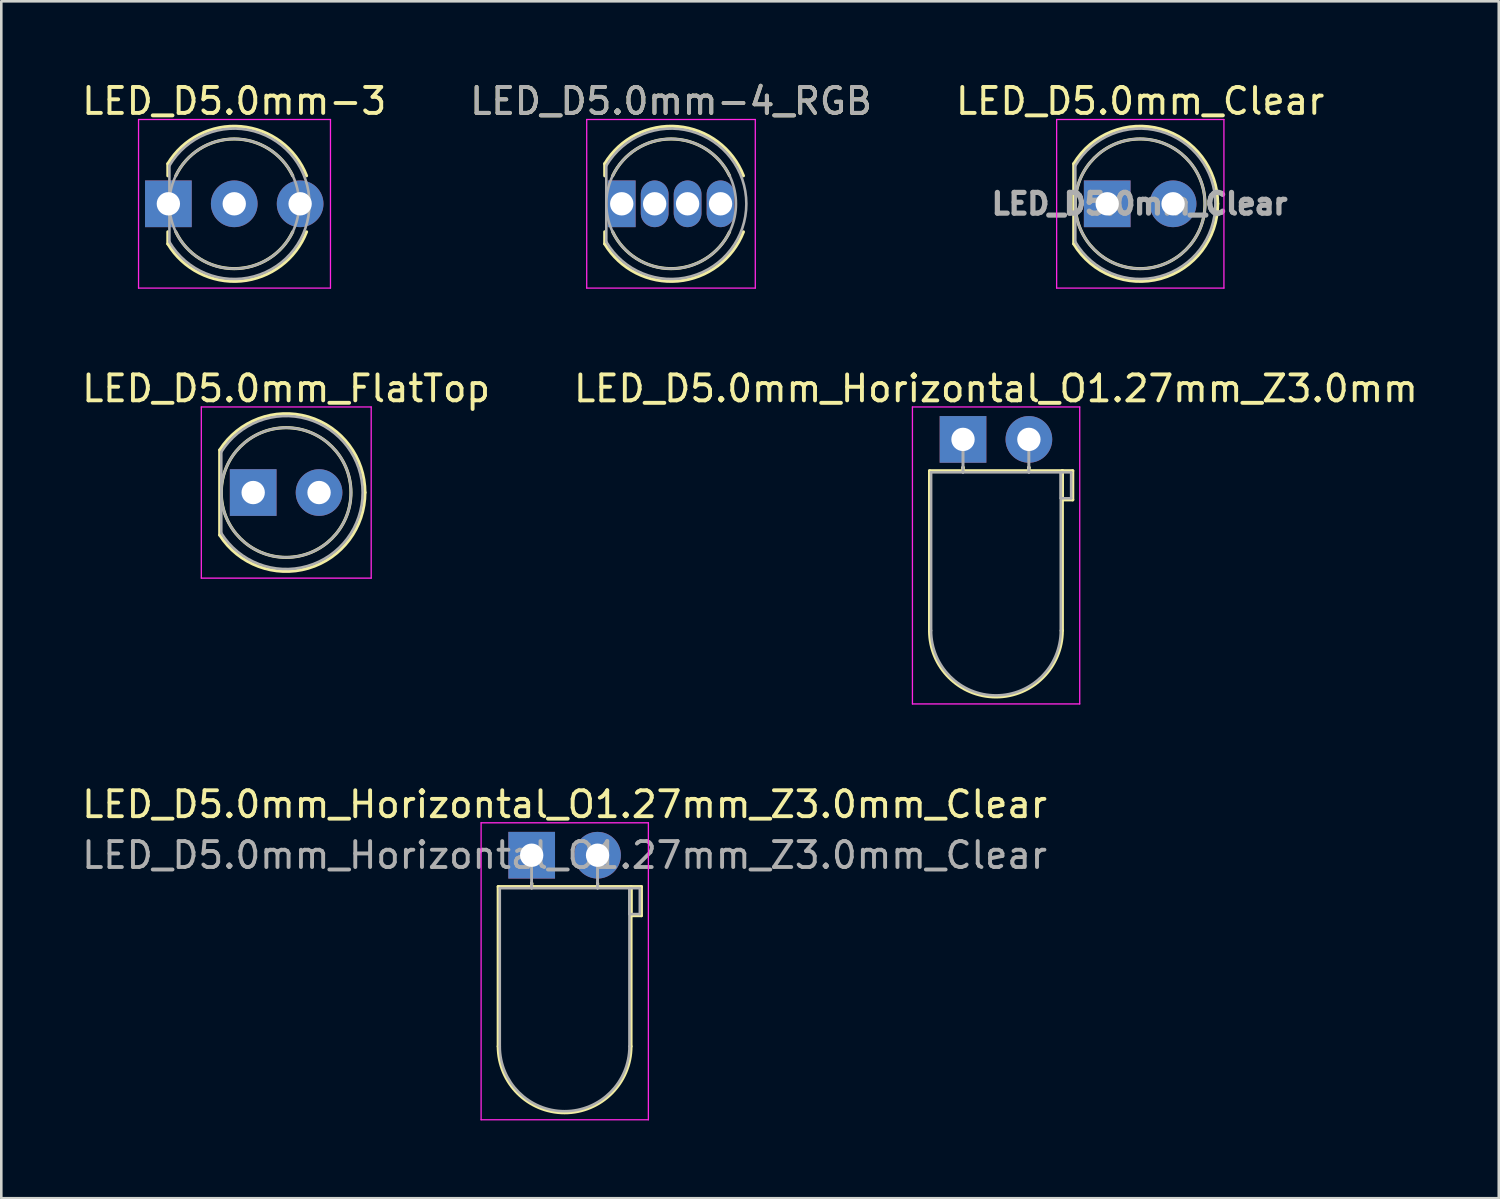
<source format=kicad_pcb>
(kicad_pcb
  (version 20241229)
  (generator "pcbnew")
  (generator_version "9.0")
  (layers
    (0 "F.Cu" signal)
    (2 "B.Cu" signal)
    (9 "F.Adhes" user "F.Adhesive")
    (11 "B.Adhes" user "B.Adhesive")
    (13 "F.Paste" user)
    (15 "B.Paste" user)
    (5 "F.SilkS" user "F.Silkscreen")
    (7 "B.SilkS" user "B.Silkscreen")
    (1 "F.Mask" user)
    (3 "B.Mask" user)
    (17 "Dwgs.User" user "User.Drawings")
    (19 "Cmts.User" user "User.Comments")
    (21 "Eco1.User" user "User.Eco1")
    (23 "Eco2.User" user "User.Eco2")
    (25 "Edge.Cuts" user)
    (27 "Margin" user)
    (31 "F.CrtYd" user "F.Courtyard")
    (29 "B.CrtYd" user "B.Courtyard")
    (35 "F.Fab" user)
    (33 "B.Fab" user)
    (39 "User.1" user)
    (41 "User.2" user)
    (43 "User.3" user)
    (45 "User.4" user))
  (footprint "LED_D5.0mm_Clear"
    (layer "F.Cu")
    (at 39.641 4.808)
    (property "Reference" "LED_D5.0mm_Clear" (at 1.27 -3.96 0) (layer "F.SilkS") (effects (font (size 1 1) (thickness 0.15))))
    (attr through_hole)
    (fp_line (start -1.29 -1.545) (end -1.29 1.545) (stroke (width 0.12) (type solid)) (layer "F.SilkS"))
    (fp_arc (start -1.29 -1.54483) (mid 2.072002 -2.880433) (end 4.26 0.000462) (stroke (width 0.12) (type solid)) (layer "F.SilkS"))
    (fp_arc (start 4.26 -0.000462) (mid 2.072002 2.880433) (end -1.29 1.54483) (stroke (width 0.12) (type solid)) (layer "F.SilkS"))
    (fp_circle (center 1.27 0) (end 3.77 0) (stroke (width 0.12) (type solid)) (fill no) (layer "F.SilkS"))
    (fp_line (start -1.95 -3.25) (end -1.95 3.25) (stroke (width 0.05) (type solid)) (layer "F.CrtYd"))
    (fp_line (start -1.95 3.25) (end 4.5 3.25) (stroke (width 0.05) (type solid)) (layer "F.CrtYd"))
    (fp_line (start 4.5 -3.25) (end -1.95 -3.25) (stroke (width 0.05) (type solid)) (layer "F.CrtYd"))
    (fp_line (start 4.5 3.25) (end 4.5 -3.25) (stroke (width 0.05) (type solid)) (layer "F.CrtYd"))
    (fp_line (start -1.23 -1.47) (end -1.23 1.47) (stroke (width 0.1) (type solid)) (layer "F.Fab"))
    (fp_arc (start -1.23 -1.469694) (mid 4.17 0.000016) (end -1.230016 1.469666) (stroke (width 0.1) (type solid)) (layer "F.Fab"))
    (fp_circle (center 1.27 0) (end 3.77 0) (stroke (width 0.1) (type solid)) (fill no) (layer "F.Fab"))
    (fp_text user "${REFERENCE}" (at 1.25 0 0) (layer "F.Fab") (effects (font (size 0.8 0.8) (thickness 0.2))))
    (pad "1" thru_hole rect (at 0 0) (size 1.8 1.8) (drill 0.9) (layers "*.Cu" "*.Mask"))
    (pad "2" thru_hole circle (at 2.54 0) (size 1.8 1.8) (drill 0.9) (layers "*.Cu" "*.Mask")))
  (footprint "LED_D5.0mm_FlatTop"
    (layer "F.Cu")
    (at 6.712 15.941)
    (property "Reference" "LED_D5.0mm_FlatTop" (at 1.27 -4.01 0) (layer "F.SilkS") (effects (font (size 1 1) (thickness 0.15))))
    (attr through_hole)
    (fp_line (start -1.29 -1.64) (end -1.29 1.64) (stroke (width 0.12) (type solid)) (layer "F.SilkS"))
    (fp_arc (start -1.29 -1.639512) (mid 2.125106 -2.917258) (end 4.309999 0.001958) (stroke (width 0.12) (type solid)) (layer "F.SilkS"))
    (fp_arc (start 4.309999 -0.001958) (mid 2.125106 2.917258) (end -1.29 1.639512) (stroke (width 0.12) (type solid)) (layer "F.SilkS"))
    (fp_circle (center 1.27 0) (end 3.77 0) (stroke (width 0.12) (type solid)) (fill no) (layer "F.SilkS"))
    (fp_line (start -2 -3.3) (end -2 3.3) (stroke (width 0.05) (type solid)) (layer "F.CrtYd"))
    (fp_line (start -2 3.3) (end 4.55 3.3) (stroke (width 0.05) (type solid)) (layer "F.CrtYd"))
    (fp_line (start 4.55 -3.3) (end -2 -3.3) (stroke (width 0.05) (type solid)) (layer "F.CrtYd"))
    (fp_line (start 4.55 3.3) (end 4.55 -3.3) (stroke (width 0.05) (type solid)) (layer "F.CrtYd"))
    (fp_line (start -1.23 -1.566) (end -1.23 1.566) (stroke (width 0.1) (type solid)) (layer "F.Fab"))
    (fp_arc (start -1.23 -1.566046) (mid 4.22 0.00071) (end -1.230753 1.564843) (stroke (width 0.1) (type solid)) (layer "F.Fab"))
    (fp_circle (center 1.27 0) (end 3.77 0) (stroke (width 0.1) (type solid)) (fill no) (layer "F.Fab"))
    (pad "1" thru_hole rect (at 0 0) (size 1.8 1.8) (drill 0.9) (layers "*.Cu" "*.Mask"))
    (pad "2" thru_hole circle (at 2.54 0) (size 1.8 1.8) (drill 0.9) (layers "*.Cu" "*.Mask")))
  (footprint "LED_D5.0mm_Horizontal_O1.27mm_Z3.0mm_Clear"
    (layer "F.Cu")
    (at 17.45 29.925)
    (property "Reference" "LED_D5.0mm_Horizontal_O1.27mm_Z3.0mm_Clear" (at 1.27 -1.96 0) (layer "F.SilkS") (effects (font (size 1 1) (thickness 0.15))))
    (attr through_hole)
    (fp_line (start -1.29 1.21) (end -1.29 7.37) (stroke (width 0.12) (type solid)) (layer "F.SilkS"))
    (fp_line (start -1.29 1.21) (end 3.83 1.21) (stroke (width 0.12) (type solid)) (layer "F.SilkS"))
    (fp_line (start 0 1.08) (end 0 1.08) (stroke (width 0.12) (type solid)) (layer "F.SilkS"))
    (fp_line (start 0 1.08) (end 0 1.21) (stroke (width 0.12) (type solid)) (layer "F.SilkS"))
    (fp_line (start 0 1.21) (end 0 1.08) (stroke (width 0.12) (type solid)) (layer "F.SilkS"))
    (fp_line (start 0 1.21) (end 0 1.21) (stroke (width 0.12) (type solid)) (layer "F.SilkS"))
    (fp_line (start 2.54 1.08) (end 2.54 1.08) (stroke (width 0.12) (type solid)) (layer "F.SilkS"))
    (fp_line (start 2.54 1.08) (end 2.54 1.21) (stroke (width 0.12) (type solid)) (layer "F.SilkS"))
    (fp_line (start 2.54 1.21) (end 2.54 1.08) (stroke (width 0.12) (type solid)) (layer "F.SilkS"))
    (fp_line (start 2.54 1.21) (end 2.54 1.21) (stroke (width 0.12) (type solid)) (layer "F.SilkS"))
    (fp_line (start 3.83 1.21) (end 3.83 7.37) (stroke (width 0.12) (type solid)) (layer "F.SilkS"))
    (fp_line (start 3.83 1.21) (end 4.23 1.21) (stroke (width 0.12) (type solid)) (layer "F.SilkS"))
    (fp_line (start 3.83 2.33) (end 3.83 1.21) (stroke (width 0.12) (type solid)) (layer "F.SilkS"))
    (fp_line (start 4.23 1.21) (end 4.23 2.33) (stroke (width 0.12) (type solid)) (layer "F.SilkS"))
    (fp_line (start 4.23 2.33) (end 3.83 2.33) (stroke (width 0.12) (type solid)) (layer "F.SilkS"))
    (fp_arc (start 3.83 7.37) (mid 1.27 9.93) (end -1.29 7.37) (stroke (width 0.12) (type solid)) (layer "F.SilkS"))
    (fp_line (start -1.95 -1.25) (end -1.95 10.2) (stroke (width 0.05) (type solid)) (layer "F.CrtYd"))
    (fp_line (start -1.95 10.2) (end 4.5 10.2) (stroke (width 0.05) (type solid)) (layer "F.CrtYd"))
    (fp_line (start 4.5 -1.25) (end -1.95 -1.25) (stroke (width 0.05) (type solid)) (layer "F.CrtYd"))
    (fp_line (start 4.5 10.2) (end 4.5 -1.25) (stroke (width 0.05) (type solid)) (layer "F.CrtYd"))
    (fp_line (start -1.23 1.27) (end -1.23 7.37) (stroke (width 0.1) (type solid)) (layer "F.Fab"))
    (fp_line (start -1.23 1.27) (end 3.77 1.27) (stroke (width 0.1) (type solid)) (layer "F.Fab"))
    (fp_line (start 0 0) (end 0 0) (stroke (width 0.1) (type solid)) (layer "F.Fab"))
    (fp_line (start 0 0) (end 0 1.27) (stroke (width 0.1) (type solid)) (layer "F.Fab"))
    (fp_line (start 0 1.27) (end 0 0) (stroke (width 0.1) (type solid)) (layer "F.Fab"))
    (fp_line (start 0 1.27) (end 0 1.27) (stroke (width 0.1) (type solid)) (layer "F.Fab"))
    (fp_line (start 2.54 0) (end 2.54 0) (stroke (width 0.1) (type solid)) (layer "F.Fab"))
    (fp_line (start 2.54 0) (end 2.54 1.27) (stroke (width 0.1) (type solid)) (layer "F.Fab"))
    (fp_line (start 2.54 1.27) (end 2.54 0) (stroke (width 0.1) (type solid)) (layer "F.Fab"))
    (fp_line (start 2.54 1.27) (end 2.54 1.27) (stroke (width 0.1) (type solid)) (layer "F.Fab"))
    (fp_line (start 3.77 1.27) (end 3.77 7.37) (stroke (width 0.1) (type solid)) (layer "F.Fab"))
    (fp_line (start 3.77 1.27) (end 4.17 1.27) (stroke (width 0.1) (type solid)) (layer "F.Fab"))
    (fp_line (start 3.77 2.27) (end 3.77 1.27) (stroke (width 0.1) (type solid)) (layer "F.Fab"))
    (fp_line (start 4.17 1.27) (end 4.17 2.27) (stroke (width 0.1) (type solid)) (layer "F.Fab"))
    (fp_line (start 4.17 2.27) (end 3.77 2.27) (stroke (width 0.1) (type solid)) (layer "F.Fab"))
    (fp_arc (start 3.77 7.37) (mid 1.27 9.87) (end -1.23 7.37) (stroke (width 0.1) (type solid)) (layer "F.Fab"))
    (fp_text user "${REFERENCE}" (at 1.27 0 0) (layer "F.Fab") (effects (font (size 1 1) (thickness 0.15))))
    (pad "1" thru_hole rect (at 0 0) (size 1.8 1.8) (drill 0.9) (layers "*.Cu" "*.Mask"))
    (pad "2" thru_hole circle (at 2.54 0) (size 1.8 1.8) (drill 0.9) (layers "*.Cu" "*.Mask")))
  (footprint "LED_D5.0mm-4_RGB"
    (layer "F.Cu")
    (at 20.922 4.808)
    (property "Reference" "LED_D5.0mm-4_RGB" (at 1.905 -3.96 0) (layer "F.SilkS") (effects (font (size 1 1) (thickness 0.15))))
    (attr through_hole)
    (fp_line (start -0.655 -1.545) (end -0.655 -1.08) (stroke (width 0.12) (type solid)) (layer "F.SilkS"))
    (fp_line (start -0.655 1.08) (end -0.655 1.545) (stroke (width 0.12) (type solid)) (layer "F.SilkS"))
    (fp_arc (start -0.655 -1.54483) (mid 2.163456 -2.978809) (end 4.692815 -1.080827) (stroke (width 0.12) (type solid)) (layer "F.SilkS"))
    (fp_arc (start -0.349684 -1.08) (mid 1.904762 -2.5) (end 4.159479 -1.080429) (stroke (width 0.12) (type solid)) (layer "F.SilkS"))
    (fp_arc (start 4.159479 1.080429) (mid 1.904762 2.5) (end -0.349684 1.08) (stroke (width 0.12) (type solid)) (layer "F.SilkS"))
    (fp_arc (start 4.692815 1.080827) (mid 2.163456 2.978808) (end -0.655 1.54483) (stroke (width 0.12) (type solid)) (layer "F.SilkS"))
    (fp_line (start -1.35 -3.25) (end -1.35 3.25) (stroke (width 0.05) (type solid)) (layer "F.CrtYd"))
    (fp_line (start -1.35 3.25) (end 5.15 3.25) (stroke (width 0.05) (type solid)) (layer "F.CrtYd"))
    (fp_line (start 5.15 -3.25) (end -1.35 -3.25) (stroke (width 0.05) (type solid)) (layer "F.CrtYd"))
    (fp_line (start 5.15 3.25) (end 5.15 -3.25) (stroke (width 0.05) (type solid)) (layer "F.CrtYd"))
    (fp_line (start -0.595 -1.47) (end -0.595 1.47) (stroke (width 0.1) (type solid)) (layer "F.Fab"))
    (fp_arc (start -0.595 -1.469694) (mid 4.805 0.000016) (end -0.595016 1.469666) (stroke (width 0.1) (type solid)) (layer "F.Fab"))
    (fp_circle (center 1.905 0) (end 4.405 0) (stroke (width 0.1) (type solid)) (fill no) (layer "F.Fab"))
    (fp_text user "${REFERENCE}" (at 1.905 -3.96 0) (layer "F.Fab") (effects (font (size 1 1) (thickness 0.15))))
    (pad "1" thru_hole rect (at 0 0) (size 1.07 1.8) (drill 0.9) (layers "*.Cu" "*.Mask"))
    (pad "2" thru_hole oval (at 1.27 0) (size 1.07 1.8) (drill 0.9) (layers "*.Cu" "*.Mask"))
    (pad "3" thru_hole oval (at 2.54 0) (size 1.07 1.8) (drill 0.9) (layers "*.Cu" "*.Mask"))
    (pad "4" thru_hole oval (at 3.81 0) (size 1.07 1.8) (drill 0.9) (layers "*.Cu" "*.Mask")))
  (footprint "LED_D5.0mm-3"
    (layer "F.Cu")
    (at 3.442 4.808)
    (property "Reference" "LED_D5.0mm-3" (at 2.54 -3.96 0) (layer "F.SilkS") (effects (font (size 1 1) (thickness 0.15))))
    (attr through_hole)
    (fp_line (start -0.02 -1.545) (end -0.02 -1.08) (stroke (width 0.12) (type solid)) (layer "F.SilkS"))
    (fp_line (start -0.02 1.08) (end -0.02 1.545) (stroke (width 0.12) (type solid)) (layer "F.SilkS"))
    (fp_arc (start -0.02 -1.54483) (mid 2.798456 -2.978809) (end 5.327815 -1.080827) (stroke (width 0.12) (type solid)) (layer "F.SilkS"))
    (fp_arc (start 0.285316 -1.08) (mid 2.539762 -2.5) (end 4.794479 -1.080429) (stroke (width 0.12) (type solid)) (layer "F.SilkS"))
    (fp_arc (start 4.794479 1.080429) (mid 2.539762 2.5) (end 0.285316 1.08) (stroke (width 0.12) (type solid)) (layer "F.SilkS"))
    (fp_arc (start 5.327815 1.080827) (mid 2.798456 2.978808) (end -0.02 1.54483) (stroke (width 0.12) (type solid)) (layer "F.SilkS"))
    (fp_line (start -1.15 -3.25) (end -1.15 3.25) (stroke (width 0.05) (type solid)) (layer "F.CrtYd"))
    (fp_line (start -1.15 3.25) (end 6.25 3.25) (stroke (width 0.05) (type solid)) (layer "F.CrtYd"))
    (fp_line (start 6.25 -3.25) (end -1.15 -3.25) (stroke (width 0.05) (type solid)) (layer "F.CrtYd"))
    (fp_line (start 6.25 3.25) (end 6.25 -3.25) (stroke (width 0.05) (type solid)) (layer "F.CrtYd"))
    (fp_line (start 0.04 -1.47) (end 0.04 1.47) (stroke (width 0.1) (type solid)) (layer "F.Fab"))
    (fp_arc (start 0.04 -1.469694) (mid 5.44 0.000016) (end 0.039984 1.469666) (stroke (width 0.1) (type solid)) (layer "F.Fab"))
    (fp_circle (center 2.54 0) (end 5.04 0) (stroke (width 0.1) (type solid)) (fill no) (layer "F.Fab"))
    (pad "1" thru_hole rect (at 0 0) (size 1.8 1.8) (drill 0.9) (layers "*.Cu" "*.Mask"))
    (pad "2" thru_hole circle (at 2.54 0) (size 1.8 1.8) (drill 0.9) (layers "*.Cu" "*.Mask"))
    (pad "3" thru_hole circle (at 5.08 0) (size 1.8 1.8) (drill 0.9) (layers "*.Cu" "*.Mask")))
  (footprint "LED_D5.0mm_Horizontal_O1.27mm_Z3.0mm"
    (layer "F.Cu")
    (at 34.081 13.892)
    (property "Reference" "LED_D5.0mm_Horizontal_O1.27mm_Z3.0mm" (at 1.27 -1.96 0) (layer "F.SilkS") (effects (font (size 1 1) (thickness 0.15))))
    (attr through_hole)
    (fp_line (start -1.29 1.21) (end -1.29 7.37) (stroke (width 0.12) (type solid)) (layer "F.SilkS"))
    (fp_line (start -1.29 1.21) (end 3.83 1.21) (stroke (width 0.12) (type solid)) (layer "F.SilkS"))
    (fp_line (start 0 1.08) (end 0 1.08) (stroke (width 0.12) (type solid)) (layer "F.SilkS"))
    (fp_line (start 0 1.08) (end 0 1.21) (stroke (width 0.12) (type solid)) (layer "F.SilkS"))
    (fp_line (start 0 1.21) (end 0 1.08) (stroke (width 0.12) (type solid)) (layer "F.SilkS"))
    (fp_line (start 0 1.21) (end 0 1.21) (stroke (width 0.12) (type solid)) (layer "F.SilkS"))
    (fp_line (start 2.54 1.08) (end 2.54 1.08) (stroke (width 0.12) (type solid)) (layer "F.SilkS"))
    (fp_line (start 2.54 1.08) (end 2.54 1.21) (stroke (width 0.12) (type solid)) (layer "F.SilkS"))
    (fp_line (start 2.54 1.21) (end 2.54 1.08) (stroke (width 0.12) (type solid)) (layer "F.SilkS"))
    (fp_line (start 2.54 1.21) (end 2.54 1.21) (stroke (width 0.12) (type solid)) (layer "F.SilkS"))
    (fp_line (start 3.83 1.21) (end 3.83 7.37) (stroke (width 0.12) (type solid)) (layer "F.SilkS"))
    (fp_line (start 3.83 1.21) (end 4.23 1.21) (stroke (width 0.12) (type solid)) (layer "F.SilkS"))
    (fp_line (start 3.83 2.33) (end 3.83 1.21) (stroke (width 0.12) (type solid)) (layer "F.SilkS"))
    (fp_line (start 4.23 1.21) (end 4.23 2.33) (stroke (width 0.12) (type solid)) (layer "F.SilkS"))
    (fp_line (start 4.23 2.33) (end 3.83 2.33) (stroke (width 0.12) (type solid)) (layer "F.SilkS"))
    (fp_arc (start 3.83 7.37) (mid 1.27 9.93) (end -1.29 7.37) (stroke (width 0.12) (type solid)) (layer "F.SilkS"))
    (fp_line (start -1.95 -1.25) (end -1.95 10.2) (stroke (width 0.05) (type solid)) (layer "F.CrtYd"))
    (fp_line (start -1.95 10.2) (end 4.5 10.2) (stroke (width 0.05) (type solid)) (layer "F.CrtYd"))
    (fp_line (start 4.5 -1.25) (end -1.95 -1.25) (stroke (width 0.05) (type solid)) (layer "F.CrtYd"))
    (fp_line (start 4.5 10.2) (end 4.5 -1.25) (stroke (width 0.05) (type solid)) (layer "F.CrtYd"))
    (fp_line (start -1.23 1.27) (end -1.23 7.37) (stroke (width 0.1) (type solid)) (layer "F.Fab"))
    (fp_line (start -1.23 1.27) (end 3.77 1.27) (stroke (width 0.1) (type solid)) (layer "F.Fab"))
    (fp_line (start 0 0) (end 0 0) (stroke (width 0.1) (type solid)) (layer "F.Fab"))
    (fp_line (start 0 0) (end 0 1.27) (stroke (width 0.1) (type solid)) (layer "F.Fab"))
    (fp_line (start 0 1.27) (end 0 0) (stroke (width 0.1) (type solid)) (layer "F.Fab"))
    (fp_line (start 0 1.27) (end 0 1.27) (stroke (width 0.1) (type solid)) (layer "F.Fab"))
    (fp_line (start 2.54 0) (end 2.54 0) (stroke (width 0.1) (type solid)) (layer "F.Fab"))
    (fp_line (start 2.54 0) (end 2.54 1.27) (stroke (width 0.1) (type solid)) (layer "F.Fab"))
    (fp_line (start 2.54 1.27) (end 2.54 0) (stroke (width 0.1) (type solid)) (layer "F.Fab"))
    (fp_line (start 2.54 1.27) (end 2.54 1.27) (stroke (width 0.1) (type solid)) (layer "F.Fab"))
    (fp_line (start 3.77 1.27) (end 3.77 7.37) (stroke (width 0.1) (type solid)) (layer "F.Fab"))
    (fp_line (start 3.77 1.27) (end 4.17 1.27) (stroke (width 0.1) (type solid)) (layer "F.Fab"))
    (fp_line (start 3.77 2.27) (end 3.77 1.27) (stroke (width 0.1) (type solid)) (layer "F.Fab"))
    (fp_line (start 4.17 1.27) (end 4.17 2.27) (stroke (width 0.1) (type solid)) (layer "F.Fab"))
    (fp_line (start 4.17 2.27) (end 3.77 2.27) (stroke (width 0.1) (type solid)) (layer "F.Fab"))
    (fp_arc (start 3.77 7.37) (mid 1.27 9.87) (end -1.23 7.37) (stroke (width 0.1) (type solid)) (layer "F.Fab"))
    (pad "1" thru_hole rect (at 0 0) (size 1.8 1.8) (drill 0.9) (layers "*.Cu" "*.Mask"))
    (pad "2" thru_hole circle (at 2.54 0) (size 1.8 1.8) (drill 0.9) (layers "*.Cu" "*.Mask")))
  (gr_rect
    (start -3 -3)
    (end 54.738 43.15)
    (stroke (width 0.1) (type default))
    (fill no)
    (layer "Edge.Cuts")))
</source>
